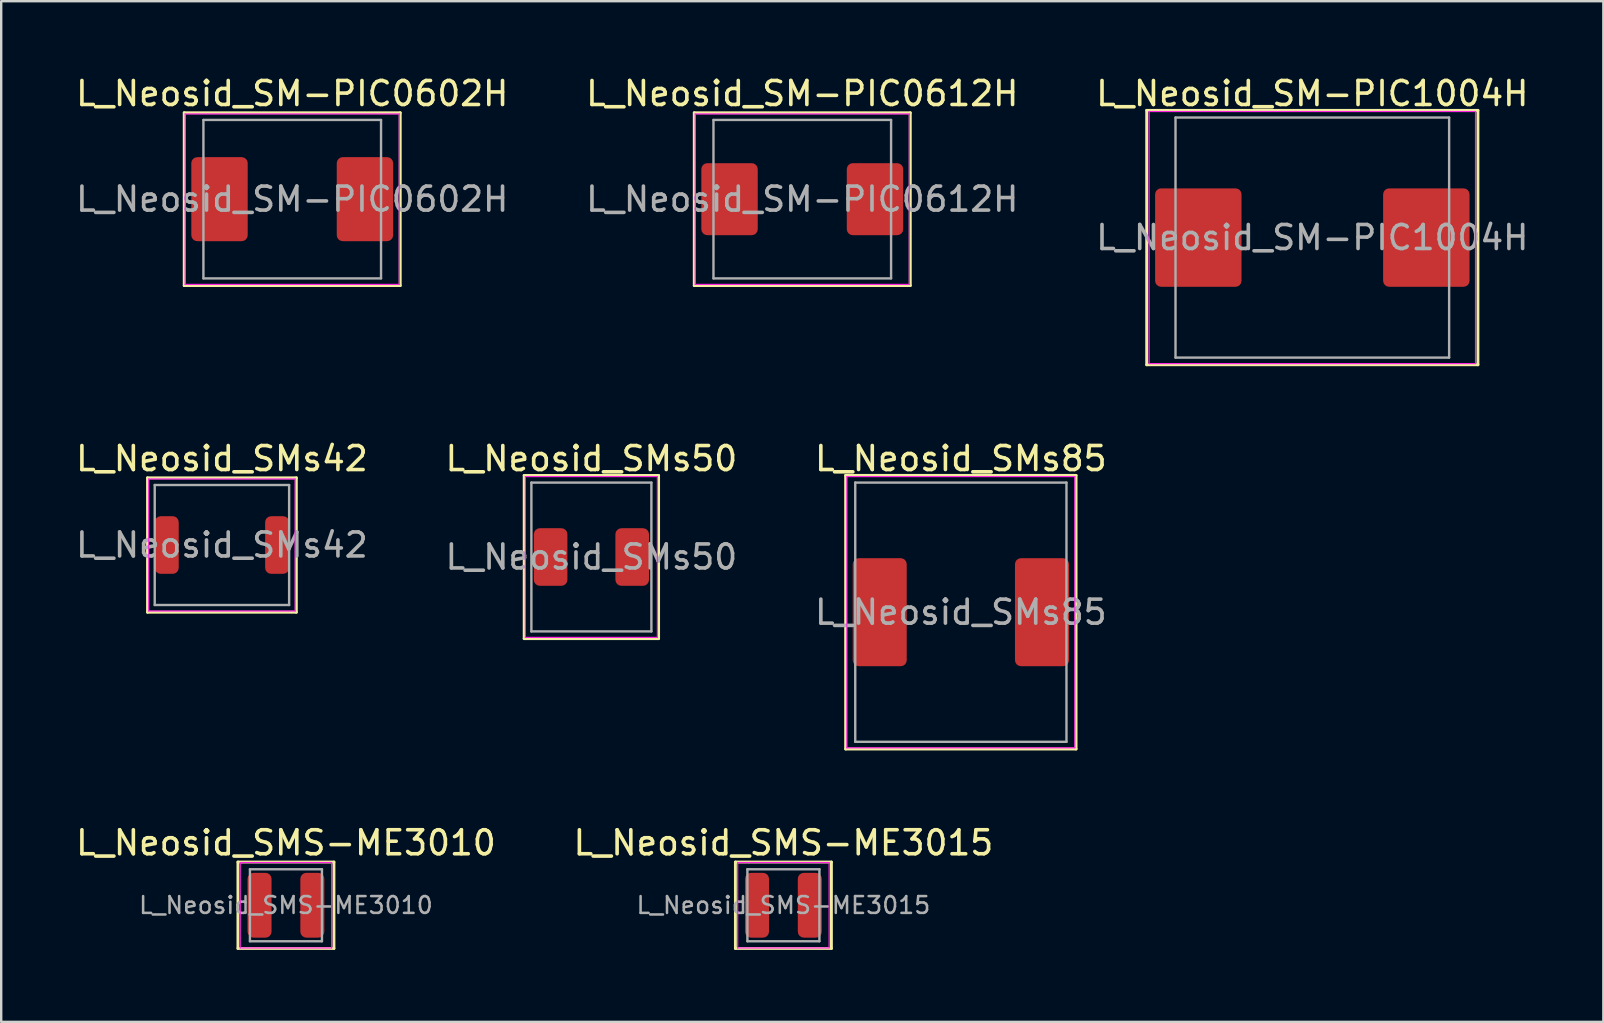
<source format=kicad_pcb>
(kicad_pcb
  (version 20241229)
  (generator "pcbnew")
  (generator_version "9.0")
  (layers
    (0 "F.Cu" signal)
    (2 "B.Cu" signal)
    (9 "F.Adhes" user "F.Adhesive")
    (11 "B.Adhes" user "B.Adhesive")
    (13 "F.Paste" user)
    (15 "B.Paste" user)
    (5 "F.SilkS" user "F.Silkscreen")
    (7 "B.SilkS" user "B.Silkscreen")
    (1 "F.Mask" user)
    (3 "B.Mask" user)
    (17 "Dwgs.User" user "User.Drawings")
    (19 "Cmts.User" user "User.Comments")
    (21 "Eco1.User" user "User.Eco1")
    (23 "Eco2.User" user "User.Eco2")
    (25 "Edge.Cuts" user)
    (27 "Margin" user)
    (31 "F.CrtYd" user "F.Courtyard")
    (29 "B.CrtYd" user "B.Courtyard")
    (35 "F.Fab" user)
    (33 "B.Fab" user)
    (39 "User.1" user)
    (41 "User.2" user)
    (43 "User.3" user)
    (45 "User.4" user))
  (footprint "L_Neosid_SMS-ME3015"
    (layer "F.Cu")
    (at 29.589 34.665)
    (property "Reference" "L_Neosid_SMS-ME3015" (at 0 -2.6 0) (layer "F.SilkS") (effects (font (size 1 1) (thickness 0.15))))
    (attr smd)
    (fp_line (start -2 -1.8) (end -2 1.8) (stroke (width 0.12) (type solid)) (layer "F.SilkS"))
    (fp_line (start -2 1.8) (end 2 1.8) (stroke (width 0.12) (type solid)) (layer "F.SilkS"))
    (fp_line (start 2 -1.8) (end -2 -1.8) (stroke (width 0.12) (type solid)) (layer "F.SilkS"))
    (fp_line (start 2 1.8) (end 2 -1.8) (stroke (width 0.12) (type solid)) (layer "F.SilkS"))
    (fp_line (start -1.905 -1.778) (end -1.905 1.778) (stroke (width 0.05) (type solid)) (layer "F.CrtYd"))
    (fp_line (start -1.905 -1.778) (end 1.905 -1.778) (stroke (width 0.05) (type solid)) (layer "F.CrtYd"))
    (fp_line (start 1.905 1.778) (end -1.905 1.778) (stroke (width 0.05) (type solid)) (layer "F.CrtYd"))
    (fp_line (start 1.905 1.778) (end 1.905 -1.778) (stroke (width 0.05) (type solid)) (layer "F.CrtYd"))
    (fp_line (start -1.5 -1.5) (end -1.5 1.5) (stroke (width 0.1) (type solid)) (layer "F.Fab"))
    (fp_line (start -1.5 1.5) (end 1.5 1.5) (stroke (width 0.1) (type solid)) (layer "F.Fab"))
    (fp_line (start 1.5 -1.5) (end -1.5 -1.5) (stroke (width 0.1) (type solid)) (layer "F.Fab"))
    (fp_line (start 1.5 1.5) (end 1.5 -1.5) (stroke (width 0.1) (type solid)) (layer "F.Fab"))
    (fp_text user "${REFERENCE}" (at 0 0 0) (layer "F.Fab") (effects (font (size 0.7 0.7) (thickness 0.105))))
    (pad "1" smd roundrect (at -1.1 0) (size 1 2.7) (layers "F.Cu" "F.Mask" "F.Paste") (roundrect_rratio 0.25))
    (pad "2" smd roundrect (at 1.1 0) (size 1 2.7) (layers "F.Cu" "F.Mask" "F.Paste") (roundrect_rratio 0.25)))
  (footprint "L_Neosid_SM-PIC0612H"
    (layer "F.Cu")
    (at 30.375 5.248)
    (property "Reference" "L_Neosid_SM-PIC0612H" (at 0 -4.4 0) (layer "F.SilkS") (effects (font (size 1 1) (thickness 0.15))))
    (attr smd)
    (fp_line (start -4.5 -3.6) (end -4.5 3.6) (stroke (width 0.12) (type solid)) (layer "F.SilkS"))
    (fp_line (start -4.5 3.6) (end 4.5 3.6) (stroke (width 0.12) (type solid)) (layer "F.SilkS"))
    (fp_line (start 4.5 -3.6) (end -4.5 -3.6) (stroke (width 0.12) (type solid)) (layer "F.SilkS"))
    (fp_line (start 4.5 3.6) (end 4.5 -3.6) (stroke (width 0.12) (type solid)) (layer "F.SilkS"))
    (fp_line (start -4.46 -3.55) (end -4.46 3.55) (stroke (width 0.05) (type solid)) (layer "F.CrtYd"))
    (fp_line (start -4.46 -3.55) (end 4.46 -3.55) (stroke (width 0.05) (type solid)) (layer "F.CrtYd"))
    (fp_line (start 4.46 3.55) (end -4.46 3.55) (stroke (width 0.05) (type solid)) (layer "F.CrtYd"))
    (fp_line (start 4.46 3.55) (end 4.46 -3.55) (stroke (width 0.05) (type solid)) (layer "F.CrtYd"))
    (fp_line (start -3.7 -3.3) (end 3.7 -3.3) (stroke (width 0.1) (type solid)) (layer "F.Fab"))
    (fp_line (start -3.7 3.3) (end -3.7 -3.3) (stroke (width 0.1) (type solid)) (layer "F.Fab"))
    (fp_line (start 3.7 -3.3) (end 3.7 3.3) (stroke (width 0.1) (type solid)) (layer "F.Fab"))
    (fp_line (start 3.7 3.3) (end -3.7 3.3) (stroke (width 0.1) (type solid)) (layer "F.Fab"))
    (fp_text user "${REFERENCE}" (at 0 0 0) (layer "F.Fab") (effects (font (size 1 1) (thickness 0.15))))
    (pad "1" smd roundrect (at -3.03 0) (size 2.35 3) (layers "F.Cu" "F.Mask" "F.Paste") (roundrect_rratio 0.106))
    (pad "2" smd roundrect (at 3.03 0) (size 2.35 3) (layers "F.Cu" "F.Mask" "F.Paste") (roundrect_rratio 0.106)))
  (footprint "L_Neosid_SM-PIC0602H"
    (layer "F.Cu")
    (at 9.125 5.248)
    (property "Reference" "L_Neosid_SM-PIC0602H" (at 0 -4.4 0) (layer "F.SilkS") (effects (font (size 1 1) (thickness 0.15))))
    (attr smd)
    (fp_line (start -4.5 -3.6) (end -4.5 3.6) (stroke (width 0.12) (type solid)) (layer "F.SilkS"))
    (fp_line (start -4.5 3.6) (end 4.5 3.6) (stroke (width 0.12) (type solid)) (layer "F.SilkS"))
    (fp_line (start 4.5 -3.6) (end -4.5 -3.6) (stroke (width 0.12) (type solid)) (layer "F.SilkS"))
    (fp_line (start 4.5 3.6) (end 4.5 -3.6) (stroke (width 0.12) (type solid)) (layer "F.SilkS"))
    (fp_line (start -4.46 -3.55) (end -4.46 3.55) (stroke (width 0.05) (type solid)) (layer "F.CrtYd"))
    (fp_line (start -4.46 -3.55) (end 4.46 -3.55) (stroke (width 0.05) (type solid)) (layer "F.CrtYd"))
    (fp_line (start 4.46 3.55) (end -4.46 3.55) (stroke (width 0.05) (type solid)) (layer "F.CrtYd"))
    (fp_line (start 4.46 3.55) (end 4.46 -3.55) (stroke (width 0.05) (type solid)) (layer "F.CrtYd"))
    (fp_line (start -3.7 -3.3) (end -3.7 3.3) (stroke (width 0.1) (type solid)) (layer "F.Fab"))
    (fp_line (start -3.7 3.3) (end 3.7 3.3) (stroke (width 0.1) (type solid)) (layer "F.Fab"))
    (fp_line (start 3.7 -3.3) (end -3.7 -3.3) (stroke (width 0.1) (type solid)) (layer "F.Fab"))
    (fp_line (start 3.7 3.3) (end 3.7 -3.3) (stroke (width 0.1) (type solid)) (layer "F.Fab"))
    (fp_text user "${REFERENCE}" (at 0 0 0) (layer "F.Fab") (effects (font (size 1 1) (thickness 0.15))))
    (pad "1" smd roundrect (at -3.03 0) (size 2.35 3.5) (layers "F.Cu" "F.Mask" "F.Paste") (roundrect_rratio 0.106))
    (pad "2" smd roundrect (at 3.03 0) (size 2.35 3.5) (layers "F.Cu" "F.Mask" "F.Paste") (roundrect_rratio 0.106)))
  (footprint "L_Neosid_SMs50"
    (layer "F.Cu")
    (at 21.589 20.157)
    (property "Reference" "L_Neosid_SMs50" (at 0 -4.1 0) (layer "F.SilkS") (effects (font (size 1 1) (thickness 0.15))))
    (attr smd)
    (fp_line (start -2.8 -3.4) (end -2.8 3.4) (stroke (width 0.12) (type solid)) (layer "F.SilkS"))
    (fp_line (start -2.8 3.4) (end 2.8 3.4) (stroke (width 0.12) (type solid)) (layer "F.SilkS"))
    (fp_line (start 2.8 -3.4) (end -2.8 -3.4) (stroke (width 0.12) (type solid)) (layer "F.SilkS"))
    (fp_line (start 2.8 3.4) (end 2.8 -3.4) (stroke (width 0.12) (type solid)) (layer "F.SilkS"))
    (fp_line (start -2.75 -3.35) (end -2.75 3.35) (stroke (width 0.05) (type solid)) (layer "F.CrtYd"))
    (fp_line (start -2.75 -3.35) (end 2.75 -3.35) (stroke (width 0.05) (type solid)) (layer "F.CrtYd"))
    (fp_line (start 2.75 3.35) (end -2.75 3.35) (stroke (width 0.05) (type solid)) (layer "F.CrtYd"))
    (fp_line (start 2.75 3.35) (end 2.75 -3.35) (stroke (width 0.05) (type solid)) (layer "F.CrtYd"))
    (fp_line (start -2.5 -3.1) (end 2.5 -3.1) (stroke (width 0.1) (type solid)) (layer "F.Fab"))
    (fp_line (start -2.5 3.1) (end -2.5 -3.1) (stroke (width 0.1) (type solid)) (layer "F.Fab"))
    (fp_line (start 2.5 -3.1) (end 2.5 3.1) (stroke (width 0.1) (type solid)) (layer "F.Fab"))
    (fp_line (start 2.5 3.1) (end -2.5 3.1) (stroke (width 0.1) (type solid)) (layer "F.Fab"))
    (fp_text user "${REFERENCE}" (at 0 0 0) (layer "F.Fab") (effects (font (size 1 1) (thickness 0.15))))
    (pad "1" smd roundrect (at -1.7 0) (size 1.4 2.4) (layers "F.Cu" "F.Mask" "F.Paste") (roundrect_rratio 0.179))
    (pad "2" smd roundrect (at 1.7 0) (size 1.4 2.4) (layers "F.Cu" "F.Mask" "F.Paste") (roundrect_rratio 0.179)))
  (footprint "L_Neosid_SMs42"
    (layer "F.Cu")
    (at 6.196 19.657)
    (property "Reference" "L_Neosid_SMs42" (at 0 -3.6 0) (layer "F.SilkS") (effects (font (size 1 1) (thickness 0.15))))
    (attr smd)
    (fp_line (start -3.1 -2.8) (end -3.1 2.8) (stroke (width 0.12) (type solid)) (layer "F.SilkS"))
    (fp_line (start -3.1 2.8) (end 3.1 2.8) (stroke (width 0.12) (type solid)) (layer "F.SilkS"))
    (fp_line (start 3.1 -2.8) (end -3.1 -2.8) (stroke (width 0.12) (type solid)) (layer "F.SilkS"))
    (fp_line (start 3.1 2.8) (end 3.1 -2.8) (stroke (width 0.12) (type solid)) (layer "F.SilkS"))
    (fp_line (start -3.05 -2.75) (end -3.05 2.75) (stroke (width 0.05) (type solid)) (layer "F.CrtYd"))
    (fp_line (start -3.05 -2.75) (end 3.05 -2.75) (stroke (width 0.05) (type solid)) (layer "F.CrtYd"))
    (fp_line (start 3.05 2.75) (end -3.05 2.75) (stroke (width 0.05) (type solid)) (layer "F.CrtYd"))
    (fp_line (start 3.05 2.75) (end 3.05 -2.75) (stroke (width 0.05) (type solid)) (layer "F.CrtYd"))
    (fp_line (start -2.8 -2.5) (end 2.8 -2.5) (stroke (width 0.1) (type solid)) (layer "F.Fab"))
    (fp_line (start -2.8 2.5) (end -2.8 -2.5) (stroke (width 0.1) (type solid)) (layer "F.Fab"))
    (fp_line (start 2.8 -2.5) (end 2.8 2.5) (stroke (width 0.1) (type solid)) (layer "F.Fab"))
    (fp_line (start 2.8 2.5) (end -2.8 2.5) (stroke (width 0.1) (type solid)) (layer "F.Fab"))
    (fp_text user "${REFERENCE}" (at 0 0 0) (layer "F.Fab") (effects (font (size 1 1) (thickness 0.15))))
    (pad "1" smd roundrect (at -2.3 0) (size 1 2.4) (layers "F.Cu" "F.Mask" "F.Paste") (roundrect_rratio 0.25))
    (pad "2" smd roundrect (at 2.3 0) (size 1 2.4) (layers "F.Cu" "F.Mask" "F.Paste") (roundrect_rratio 0.25)))
  (footprint "L_Neosid_SMS-ME3010"
    (layer "F.Cu")
    (at 8.863 34.665)
    (property "Reference" "L_Neosid_SMS-ME3010" (at 0 -2.6 0) (layer "F.SilkS") (effects (font (size 1 1) (thickness 0.15))))
    (attr smd)
    (fp_line (start -2 -1.8) (end -2 1.8) (stroke (width 0.12) (type solid)) (layer "F.SilkS"))
    (fp_line (start -2 1.8) (end 2 1.8) (stroke (width 0.12) (type solid)) (layer "F.SilkS"))
    (fp_line (start 2 -1.8) (end -2 -1.8) (stroke (width 0.12) (type solid)) (layer "F.SilkS"))
    (fp_line (start 2 1.8) (end 2 -1.8) (stroke (width 0.12) (type solid)) (layer "F.SilkS"))
    (fp_line (start -1.905 -1.778) (end -1.905 1.778) (stroke (width 0.05) (type solid)) (layer "F.CrtYd"))
    (fp_line (start -1.905 -1.778) (end 1.905 -1.778) (stroke (width 0.05) (type solid)) (layer "F.CrtYd"))
    (fp_line (start 1.905 1.778) (end -1.905 1.778) (stroke (width 0.05) (type solid)) (layer "F.CrtYd"))
    (fp_line (start 1.905 1.778) (end 1.905 -1.778) (stroke (width 0.05) (type solid)) (layer "F.CrtYd"))
    (fp_line (start -1.5 -1.5) (end -1.5 1.5) (stroke (width 0.1) (type solid)) (layer "F.Fab"))
    (fp_line (start -1.5 1.5) (end 1.5 1.5) (stroke (width 0.1) (type solid)) (layer "F.Fab"))
    (fp_line (start 1.5 -1.5) (end -1.5 -1.5) (stroke (width 0.1) (type solid)) (layer "F.Fab"))
    (fp_line (start 1.5 1.5) (end 1.5 -1.5) (stroke (width 0.1) (type solid)) (layer "F.Fab"))
    (fp_text user "${REFERENCE}" (at 0 0 0) (layer "F.Fab") (effects (font (size 0.7 0.7) (thickness 0.105))))
    (pad "1" smd roundrect (at -1.1 0) (size 1 2.7) (layers "F.Cu" "F.Mask" "F.Paste") (roundrect_rratio 0.25))
    (pad "2" smd roundrect (at 1.1 0) (size 1 2.7) (layers "F.Cu" "F.Mask" "F.Paste") (roundrect_rratio 0.25)))
  (footprint "L_Neosid_SM-PIC1004H"
    (layer "F.Cu")
    (at 51.625 6.848)
    (property "Reference" "L_Neosid_SM-PIC1004H" (at 0 -6 0) (layer "F.SilkS") (effects (font (size 1 1) (thickness 0.15))))
    (attr smd)
    (fp_line (start -6.9 -5.3) (end -6.9 5.3) (stroke (width 0.12) (type solid)) (layer "F.SilkS"))
    (fp_line (start -6.9 5.3) (end 6.9 5.3) (stroke (width 0.12) (type solid)) (layer "F.SilkS"))
    (fp_line (start 6.9 -5.3) (end -6.9 -5.3) (stroke (width 0.12) (type solid)) (layer "F.SilkS"))
    (fp_line (start 6.9 5.3) (end 6.9 -5.3) (stroke (width 0.12) (type solid)) (layer "F.SilkS"))
    (fp_line (start -6.8 -5.25) (end -6.8 5.25) (stroke (width 0.05) (type solid)) (layer "F.CrtYd"))
    (fp_line (start -6.8 -5.25) (end 6.8 -5.25) (stroke (width 0.05) (type solid)) (layer "F.CrtYd"))
    (fp_line (start 6.8 5.25) (end -6.8 5.25) (stroke (width 0.05) (type solid)) (layer "F.CrtYd"))
    (fp_line (start 6.8 5.25) (end 6.8 -5.25) (stroke (width 0.05) (type solid)) (layer "F.CrtYd"))
    (fp_line (start -5.7 -5) (end 5.7 -5) (stroke (width 0.1) (type solid)) (layer "F.Fab"))
    (fp_line (start -5.7 5) (end -5.7 -5) (stroke (width 0.1) (type solid)) (layer "F.Fab"))
    (fp_line (start 5.7 -5) (end 5.7 5) (stroke (width 0.1) (type solid)) (layer "F.Fab"))
    (fp_line (start 5.7 5) (end -5.7 5) (stroke (width 0.1) (type solid)) (layer "F.Fab"))
    (fp_text user "${REFERENCE}" (at 0 0 0) (layer "F.Fab") (effects (font (size 1 1) (thickness 0.15))))
    (pad "1" smd roundrect (at -4.75 0) (size 3.6 4.1) (layers "F.Cu" "F.Mask" "F.Paste") (roundrect_rratio 0.069))
    (pad "2" smd roundrect (at 4.75 0) (size 3.6 4.1) (layers "F.Cu" "F.Mask" "F.Paste") (roundrect_rratio 0.069)))
  (footprint "L_Neosid_SMs85"
    (layer "F.Cu")
    (at 36.982 22.456)
    (property "Reference" "L_Neosid_SMs85" (at 0 -6.4 0) (layer "F.SilkS") (effects (font (size 1 1) (thickness 0.15))))
    (attr smd)
    (fp_line (start -4.8 -5.7) (end -4.8 5.7) (stroke (width 0.12) (type solid)) (layer "F.SilkS"))
    (fp_line (start -4.8 5.7) (end 4.8 5.7) (stroke (width 0.12) (type solid)) (layer "F.SilkS"))
    (fp_line (start 4.8 -5.7) (end -4.8 -5.7) (stroke (width 0.12) (type solid)) (layer "F.SilkS"))
    (fp_line (start 4.8 5.7) (end 4.8 -5.7) (stroke (width 0.12) (type solid)) (layer "F.SilkS"))
    (fp_line (start -4.75 -5.65) (end -4.75 5.65) (stroke (width 0.05) (type solid)) (layer "F.CrtYd"))
    (fp_line (start -4.75 -5.65) (end 4.75 -5.65) (stroke (width 0.05) (type solid)) (layer "F.CrtYd"))
    (fp_line (start 4.75 5.65) (end -4.75 5.65) (stroke (width 0.05) (type solid)) (layer "F.CrtYd"))
    (fp_line (start 4.75 5.65) (end 4.75 -5.65) (stroke (width 0.05) (type solid)) (layer "F.CrtYd"))
    (fp_line (start -4.4 -5.4) (end 4.4 -5.4) (stroke (width 0.1) (type solid)) (layer "F.Fab"))
    (fp_line (start -4.4 5.4) (end -4.4 -5.4) (stroke (width 0.1) (type solid)) (layer "F.Fab"))
    (fp_line (start 4.4 -5.4) (end 4.4 5.4) (stroke (width 0.1) (type solid)) (layer "F.Fab"))
    (fp_line (start 4.4 5.4) (end -4.4 5.4) (stroke (width 0.1) (type solid)) (layer "F.Fab"))
    (fp_text user "${REFERENCE}" (at 0 0 0) (layer "F.Fab") (effects (font (size 1 1) (thickness 0.15))))
    (pad "1" smd roundrect (at -3.38 0) (size 2.25 4.5) (layers "F.Cu" "F.Mask" "F.Paste") (roundrect_rratio 0.111))
    (pad "2" smd roundrect (at 3.38 0) (size 2.25 4.5) (layers "F.Cu" "F.Mask" "F.Paste") (roundrect_rratio 0.111)))
  (gr_rect
    (start -3 -3)
    (end 63.75 39.525)
    (stroke (width 0.1) (type default))
    (fill no)
    (layer "Edge.Cuts")))
</source>
